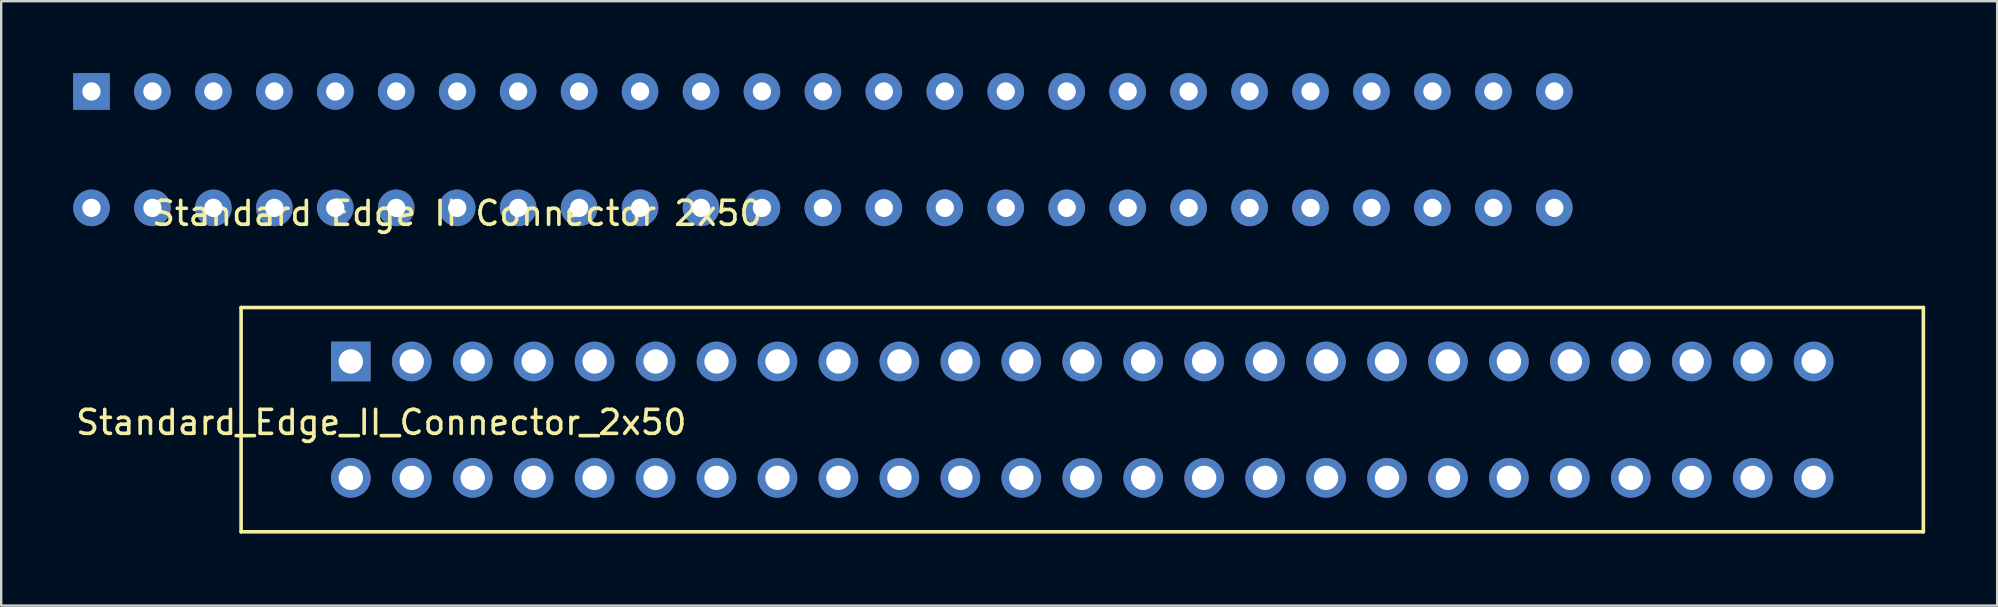
<source format=kicad_pcb>
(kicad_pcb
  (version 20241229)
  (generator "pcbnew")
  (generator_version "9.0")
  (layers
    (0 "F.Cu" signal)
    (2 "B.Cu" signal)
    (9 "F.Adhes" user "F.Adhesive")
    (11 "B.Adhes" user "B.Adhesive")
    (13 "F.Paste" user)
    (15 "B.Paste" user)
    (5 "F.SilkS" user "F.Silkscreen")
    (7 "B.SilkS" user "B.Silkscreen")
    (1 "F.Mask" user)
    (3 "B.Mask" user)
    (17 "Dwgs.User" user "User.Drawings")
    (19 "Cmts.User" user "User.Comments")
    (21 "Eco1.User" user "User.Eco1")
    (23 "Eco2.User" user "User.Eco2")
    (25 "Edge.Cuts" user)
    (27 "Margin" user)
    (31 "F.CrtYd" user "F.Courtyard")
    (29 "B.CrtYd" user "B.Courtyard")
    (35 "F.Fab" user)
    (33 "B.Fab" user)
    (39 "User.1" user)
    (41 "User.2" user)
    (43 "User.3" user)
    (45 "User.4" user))
  (footprint "Standard Edge II Connector 2x50"
    (layer "F.Cu")
    (at 16.002 0.762)
    (property "Reference" "Standard Edge II Connector 2x50" (at 0 5.08 0) (layer "F.SilkS") (effects (font (size 1 1) (thickness 0.15))))
    (attr through_hole)
    (pad "1" thru_hole rect (at -15.24 0) (size 1.524 1.524) (drill 0.762) (layers "*.Cu" "*.Mask"))
    (pad "1" thru_hole circle (at -2.54 0) (size 1.524 1.524) (drill 0.762) (layers "*.Cu" "*.Mask"))
    (pad "1" thru_hole circle (at 0 0) (size 1.524 1.524) (drill 0.762) (layers "*.Cu" "*.Mask"))
    (pad "1" thru_hole circle (at 2.54 0) (size 1.524 1.524) (drill 0.762) (layers "*.Cu" "*.Mask"))
    (pad "1" thru_hole circle (at 5.08 0) (size 1.524 1.524) (drill 0.762) (layers "*.Cu" "*.Mask"))
    (pad "1" thru_hole circle (at 7.62 0) (size 1.524 1.524) (drill 0.762) (layers "*.Cu" "*.Mask"))
    (pad "1" thru_hole circle (at 10.16 0) (size 1.524 1.524) (drill 0.762) (layers "*.Cu" "*.Mask"))
    (pad "1" thru_hole circle (at 12.7 0) (size 1.524 1.524) (drill 0.762) (layers "*.Cu" "*.Mask"))
    (pad "1" thru_hole circle (at 15.24 0) (size 1.524 1.524) (drill 0.762) (layers "*.Cu" "*.Mask"))
    (pad "1" thru_hole circle (at 17.78 0) (size 1.524 1.524) (drill 0.762) (layers "*.Cu" "*.Mask"))
    (pad "1" thru_hole circle (at 20.32 0) (size 1.524 1.524) (drill 0.762) (layers "*.Cu" "*.Mask"))
    (pad "1" thru_hole circle (at 22.86 0) (size 1.524 1.524) (drill 0.762) (layers "*.Cu" "*.Mask"))
    (pad "1" thru_hole circle (at 25.4 0) (size 1.524 1.524) (drill 0.762) (layers "*.Cu" "*.Mask"))
    (pad "1" thru_hole circle (at 27.94 0) (size 1.524 1.524) (drill 0.762) (layers "*.Cu" "*.Mask"))
    (pad "1" thru_hole circle (at 30.48 0) (size 1.524 1.524) (drill 0.762) (layers "*.Cu" "*.Mask"))
    (pad "1" thru_hole circle (at 33.02 0) (size 1.524 1.524) (drill 0.762) (layers "*.Cu" "*.Mask"))
    (pad "1" thru_hole circle (at 35.56 0) (size 1.524 1.524) (drill 0.762) (layers "*.Cu" "*.Mask"))
    (pad "1" thru_hole circle (at 38.1 0) (size 1.524 1.524) (drill 0.762) (layers "*.Cu" "*.Mask"))
    (pad "1" thru_hole circle (at 40.64 0) (size 1.524 1.524) (drill 0.762) (layers "*.Cu" "*.Mask"))
    (pad "1" thru_hole circle (at 43.18 0) (size 1.524 1.524) (drill 0.762) (layers "*.Cu" "*.Mask"))
    (pad "1" thru_hole circle (at 45.72 0) (size 1.524 1.524) (drill 0.762) (layers "*.Cu" "*.Mask"))
    (pad "2" thru_hole circle (at -15.24 4.851) (size 1.524 1.524) (drill 0.762) (layers "*.Cu" "*.Mask"))
    (pad "2" thru_hole circle (at -2.54 4.851) (size 1.524 1.524) (drill 0.762) (layers "*.Cu" "*.Mask"))
    (pad "2" thru_hole circle (at 0 4.851) (size 1.524 1.524) (drill 0.762) (layers "*.Cu" "*.Mask"))
    (pad "2" thru_hole circle (at 2.54 4.851) (size 1.524 1.524) (drill 0.762) (layers "*.Cu" "*.Mask"))
    (pad "2" thru_hole circle (at 5.08 4.851) (size 1.524 1.524) (drill 0.762) (layers "*.Cu" "*.Mask"))
    (pad "2" thru_hole circle (at 7.62 4.851) (size 1.524 1.524) (drill 0.762) (layers "*.Cu" "*.Mask"))
    (pad "2" thru_hole circle (at 10.16 4.851) (size 1.524 1.524) (drill 0.762) (layers "*.Cu" "*.Mask"))
    (pad "2" thru_hole circle (at 12.7 4.851) (size 1.524 1.524) (drill 0.762) (layers "*.Cu" "*.Mask"))
    (pad "2" thru_hole circle (at 15.24 4.851) (size 1.524 1.524) (drill 0.762) (layers "*.Cu" "*.Mask"))
    (pad "2" thru_hole circle (at 17.78 4.851) (size 1.524 1.524) (drill 0.762) (layers "*.Cu" "*.Mask"))
    (pad "2" thru_hole circle (at 20.32 4.851) (size 1.524 1.524) (drill 0.762) (layers "*.Cu" "*.Mask"))
    (pad "2" thru_hole circle (at 22.86 4.851) (size 1.524 1.524) (drill 0.762) (layers "*.Cu" "*.Mask"))
    (pad "2" thru_hole circle (at 25.4 4.851) (size 1.524 1.524) (drill 0.762) (layers "*.Cu" "*.Mask"))
    (pad "2" thru_hole circle (at 27.94 4.851) (size 1.524 1.524) (drill 0.762) (layers "*.Cu" "*.Mask"))
    (pad "2" thru_hole circle (at 30.48 4.851) (size 1.524 1.524) (drill 0.762) (layers "*.Cu" "*.Mask"))
    (pad "2" thru_hole circle (at 33.02 4.851) (size 1.524 1.524) (drill 0.762) (layers "*.Cu" "*.Mask"))
    (pad "2" thru_hole circle (at 35.56 4.851) (size 1.524 1.524) (drill 0.762) (layers "*.Cu" "*.Mask"))
    (pad "2" thru_hole circle (at 38.1 4.851) (size 1.524 1.524) (drill 0.762) (layers "*.Cu" "*.Mask"))
    (pad "2" thru_hole circle (at 40.64 4.851) (size 1.524 1.524) (drill 0.762) (layers "*.Cu" "*.Mask"))
    (pad "2" thru_hole circle (at 43.18 4.851) (size 1.524 1.524) (drill 0.762) (layers "*.Cu" "*.Mask"))
    (pad "2" thru_hole circle (at 45.72 4.851) (size 1.524 1.524) (drill 0.762) (layers "*.Cu" "*.Mask"))
    (pad "3" thru_hole circle (at -12.7 0) (size 1.524 1.524) (drill 0.762) (layers "*.Cu" "*.Mask"))
    (pad "4" thru_hole circle (at -12.7 4.851) (size 1.524 1.524) (drill 0.762) (layers "*.Cu" "*.Mask"))
    (pad "5" thru_hole circle (at -10.16 0) (size 1.524 1.524) (drill 0.762) (layers "*.Cu" "*.Mask"))
    (pad "6" thru_hole circle (at -10.16 4.851) (size 1.524 1.524) (drill 0.762) (layers "*.Cu" "*.Mask"))
    (pad "7" thru_hole circle (at -7.62 0) (size 1.524 1.524) (drill 0.762) (layers "*.Cu" "*.Mask"))
    (pad "8" thru_hole circle (at -7.62 4.851) (size 1.524 1.524) (drill 0.762) (layers "*.Cu" "*.Mask"))
    (pad "9" thru_hole circle (at -5.08 0) (size 1.524 1.524) (drill 0.762) (layers "*.Cu" "*.Mask"))
    (pad "10" thru_hole circle (at -5.08 4.851) (size 1.524 1.524) (drill 0.762) (layers "*.Cu" "*.Mask")))
  (footprint "Standard_Edge_II_Connector_2x50"
    (layer "F.Cu")
    (at 11.569 12.013)
    (property "Reference" "Standard_Edge_II_Connector_2x50" (at 1.27 2.54 0) (layer "F.SilkS") (effects (font (size 1 1) (thickness 0.15))))
    (attr through_hole)
    (fp_line (start -4.572 -2.248) (end -4.572 7.099) (stroke (width 0.15) (type solid)) (layer "F.SilkS"))
    (fp_line (start -4.572 -2.248) (end 65.532 -2.248) (stroke (width 0.15) (type solid)) (layer "F.SilkS"))
    (fp_line (start 65.532 -2.248) (end 65.532 7.099) (stroke (width 0.15) (type solid)) (layer "F.SilkS"))
    (fp_line (start 65.532 7.099) (end -4.572 7.099) (stroke (width 0.15) (type solid)) (layer "F.SilkS"))
    (pad "1" thru_hole rect (at 0 0) (size 1.651 1.651) (drill 1.016) (layers "*.Cu" "*.Mask"))
    (pad "2" thru_hole circle (at 0 4.851) (size 1.651 1.651) (drill 1.016) (layers "*.Cu" "*.Mask"))
    (pad "3" thru_hole circle (at 2.54 0) (size 1.651 1.651) (drill 1.016) (layers "*.Cu" "*.Mask"))
    (pad "4" thru_hole circle (at 2.54 4.851) (size 1.651 1.651) (drill 1.016) (layers "*.Cu" "*.Mask"))
    (pad "5" thru_hole circle (at 5.08 0) (size 1.651 1.651) (drill 1.016) (layers "*.Cu" "*.Mask"))
    (pad "6" thru_hole circle (at 5.08 4.851) (size 1.651 1.651) (drill 1.016) (layers "*.Cu" "*.Mask"))
    (pad "7" thru_hole circle (at 7.62 0) (size 1.651 1.651) (drill 1.016) (layers "*.Cu" "*.Mask"))
    (pad "8" thru_hole circle (at 7.62 4.851) (size 1.651 1.651) (drill 1.016) (layers "*.Cu" "*.Mask"))
    (pad "9" thru_hole circle (at 10.16 0) (size 1.651 1.651) (drill 1.016) (layers "*.Cu" "*.Mask"))
    (pad "10" thru_hole circle (at 10.16 4.851) (size 1.651 1.651) (drill 1.016) (layers "*.Cu" "*.Mask"))
    (pad "11" thru_hole circle (at 12.7 0) (size 1.651 1.651) (drill 1.016) (layers "*.Cu" "*.Mask"))
    (pad "12" thru_hole circle (at 12.7 4.851) (size 1.651 1.651) (drill 1.016) (layers "*.Cu" "*.Mask"))
    (pad "13" thru_hole circle (at 15.24 0) (size 1.651 1.651) (drill 1.016) (layers "*.Cu" "*.Mask"))
    (pad "14" thru_hole circle (at 15.24 4.851) (size 1.651 1.651) (drill 1.016) (layers "*.Cu" "*.Mask"))
    (pad "15" thru_hole circle (at 17.78 0) (size 1.651 1.651) (drill 1.016) (layers "*.Cu" "*.Mask"))
    (pad "16" thru_hole circle (at 17.78 4.851) (size 1.651 1.651) (drill 1.016) (layers "*.Cu" "*.Mask"))
    (pad "17" thru_hole circle (at 20.32 0) (size 1.651 1.651) (drill 1.016) (layers "*.Cu" "*.Mask"))
    (pad "18" thru_hole circle (at 20.32 4.851) (size 1.651 1.651) (drill 1.016) (layers "*.Cu" "*.Mask"))
    (pad "19" thru_hole circle (at 22.86 0) (size 1.651 1.651) (drill 1.016) (layers "*.Cu" "*.Mask"))
    (pad "20" thru_hole circle (at 22.86 4.851) (size 1.651 1.651) (drill 1.016) (layers "*.Cu" "*.Mask"))
    (pad "21" thru_hole circle (at 25.4 0) (size 1.651 1.651) (drill 1.016) (layers "*.Cu" "*.Mask"))
    (pad "22" thru_hole circle (at 25.4 4.851) (size 1.651 1.651) (drill 1.016) (layers "*.Cu" "*.Mask"))
    (pad "23" thru_hole circle (at 27.94 0) (size 1.651 1.651) (drill 1.016) (layers "*.Cu" "*.Mask"))
    (pad "24" thru_hole circle (at 27.94 4.851) (size 1.651 1.651) (drill 1.016) (layers "*.Cu" "*.Mask"))
    (pad "25" thru_hole circle (at 30.48 0) (size 1.651 1.651) (drill 1.016) (layers "*.Cu" "*.Mask"))
    (pad "26" thru_hole circle (at 30.48 4.851) (size 1.651 1.651) (drill 1.016) (layers "*.Cu" "*.Mask"))
    (pad "27" thru_hole circle (at 33.02 0) (size 1.651 1.651) (drill 1.016) (layers "*.Cu" "*.Mask"))
    (pad "28" thru_hole circle (at 33.02 4.851) (size 1.651 1.651) (drill 1.016) (layers "*.Cu" "*.Mask"))
    (pad "29" thru_hole circle (at 35.56 0) (size 1.651 1.651) (drill 1.016) (layers "*.Cu" "*.Mask"))
    (pad "30" thru_hole circle (at 35.56 4.851) (size 1.651 1.651) (drill 1.016) (layers "*.Cu" "*.Mask"))
    (pad "31" thru_hole circle (at 38.1 0) (size 1.651 1.651) (drill 1.016) (layers "*.Cu" "*.Mask"))
    (pad "32" thru_hole circle (at 38.1 4.851) (size 1.651 1.651) (drill 1.016) (layers "*.Cu" "*.Mask"))
    (pad "33" thru_hole circle (at 40.64 0) (size 1.651 1.651) (drill 1.016) (layers "*.Cu" "*.Mask"))
    (pad "34" thru_hole circle (at 40.64 4.851) (size 1.651 1.651) (drill 1.016) (layers "*.Cu" "*.Mask"))
    (pad "35" thru_hole circle (at 43.18 0) (size 1.651 1.651) (drill 1.016) (layers "*.Cu" "*.Mask"))
    (pad "36" thru_hole circle (at 43.18 4.851) (size 1.651 1.651) (drill 1.016) (layers "*.Cu" "*.Mask"))
    (pad "37" thru_hole circle (at 45.72 0) (size 1.651 1.651) (drill 1.016) (layers "*.Cu" "*.Mask"))
    (pad "38" thru_hole circle (at 45.72 4.851) (size 1.651 1.651) (drill 1.016) (layers "*.Cu" "*.Mask"))
    (pad "39" thru_hole circle (at 48.26 0) (size 1.651 1.651) (drill 1.016) (layers "*.Cu" "*.Mask"))
    (pad "40" thru_hole circle (at 48.26 4.851) (size 1.651 1.651) (drill 1.016) (layers "*.Cu" "*.Mask"))
    (pad "41" thru_hole circle (at 50.8 0) (size 1.651 1.651) (drill 1.016) (layers "*.Cu" "*.Mask"))
    (pad "42" thru_hole circle (at 50.8 4.851) (size 1.651 1.651) (drill 1.016) (layers "*.Cu" "*.Mask"))
    (pad "43" thru_hole circle (at 53.34 0) (size 1.651 1.651) (drill 1.016) (layers "*.Cu" "*.Mask"))
    (pad "44" thru_hole circle (at 53.34 4.851) (size 1.651 1.651) (drill 1.016) (layers "*.Cu" "*.Mask"))
    (pad "45" thru_hole circle (at 55.88 0) (size 1.651 1.651) (drill 1.016) (layers "*.Cu" "*.Mask"))
    (pad "46" thru_hole circle (at 55.88 4.851) (size 1.651 1.651) (drill 1.016) (layers "*.Cu" "*.Mask"))
    (pad "47" thru_hole circle (at 58.42 0) (size 1.651 1.651) (drill 1.016) (layers "*.Cu" "*.Mask"))
    (pad "48" thru_hole circle (at 58.42 4.851) (size 1.651 1.651) (drill 1.016) (layers "*.Cu" "*.Mask"))
    (pad "49" thru_hole circle (at 60.96 0) (size 1.651 1.651) (drill 1.016) (layers "*.Cu" "*.Mask"))
    (pad "50" thru_hole circle (at 60.96 4.851) (size 1.651 1.651) (drill 1.016) (layers "*.Cu" "*.Mask")))
  (gr_rect
    (start -3 -3)
    (end 80.176 22.187)
    (stroke (width 0.1) (type default))
    (fill no)
    (layer "Edge.Cuts")))
</source>
